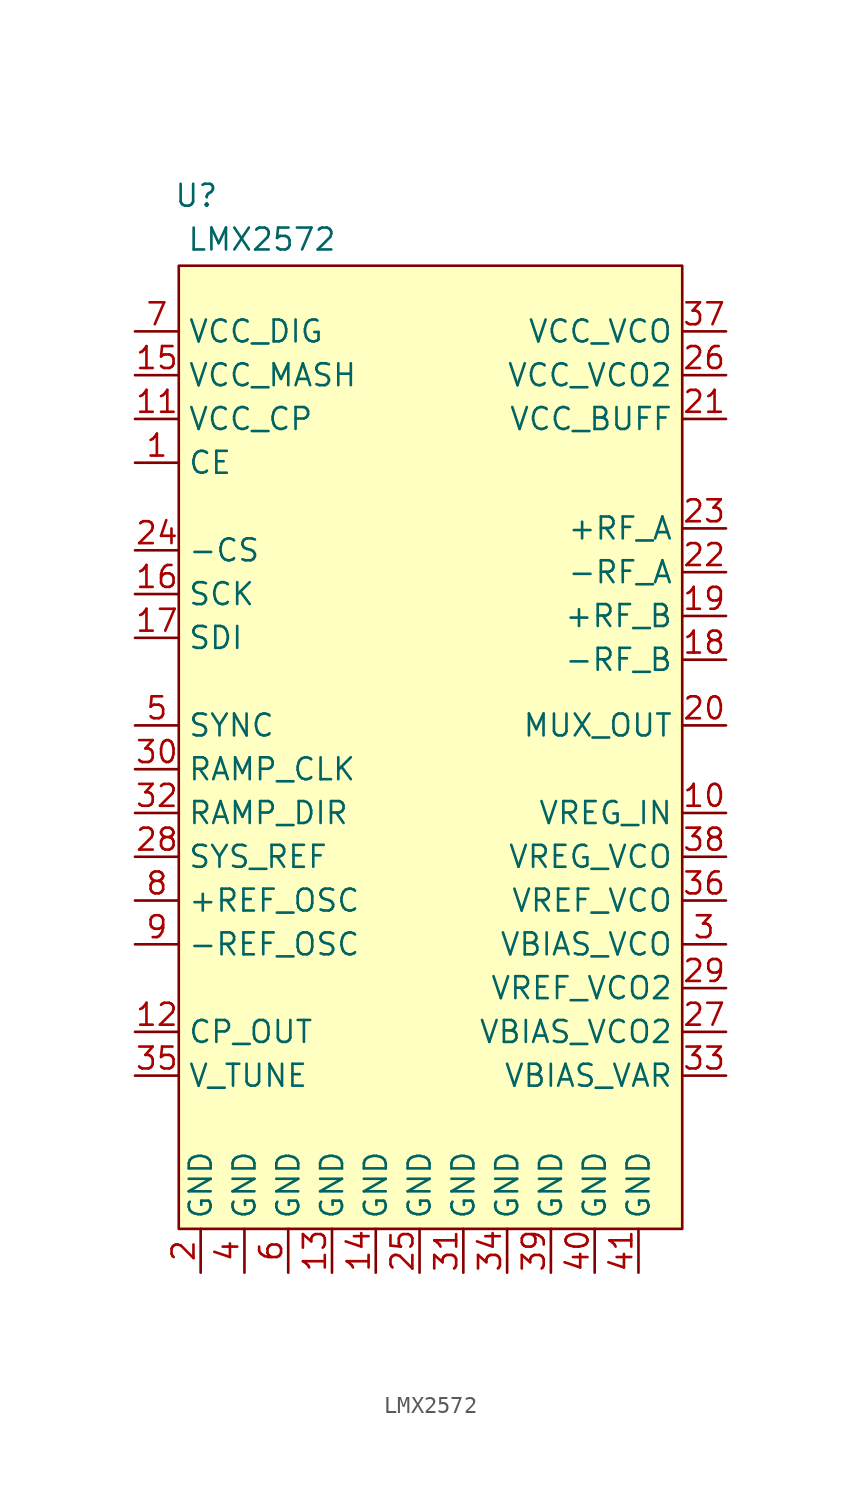
<source format=kicad_sym>
(kicad_symbol_lib
  (version 20231120)
  (generator "kicad_symbol_editor")
  (generator_version "8.0")
  (symbol "LMX2572"
    (property "Reference" "U"
      (at 1.016 4.064 0)
      (effects (font (size 1.27 1.27))))
    (property "Value" "LMX2572"
      (at 4.826 1.524 0)
      (effects (font (size 1.27 1.27))))
    (symbol "LMX2572_1_1"
      (rectangle (start 0 0) (end 29.21 -55.88) (stroke (width 0) (type default)) (fill (type background)))
      (pin passive line (at -2.54 -11.43 0) (length 2.54) (name "CE" (effects (font (size 1.27 1.27)))) (number "1" (effects (font (size 1.27 1.27)))))
      (pin passive line (at 31.75 -31.75 180) (length 2.54) (name "VREG_IN" (effects (font (size 1.27 1.27)))) (number "10" (effects (font (size 1.27 1.27)))))
      (pin passive line (at -2.54 -8.89 0) (length 2.54) (name "VCC_CP" (effects (font (size 1.27 1.27)))) (number "11" (effects (font (size 1.27 1.27)))))
      (pin passive line (at -2.54 -44.45 0) (length 2.54) (name "CP_OUT" (effects (font (size 1.27 1.27)))) (number "12" (effects (font (size 1.27 1.27)))))
      (pin passive line (at 8.89 -58.42 90) (length 2.54) (name "GND" (effects (font (size 1.27 1.27)))) (number "13" (effects (font (size 1.27 1.27)))))
      (pin passive line (at 11.43 -58.42 90) (length 2.54) (name "GND" (effects (font (size 1.27 1.27)))) (number "14" (effects (font (size 1.27 1.27)))))
      (pin passive line (at -2.54 -6.35 0) (length 2.54) (name "VCC_MASH" (effects (font (size 1.27 1.27)))) (number "15" (effects (font (size 1.27 1.27)))))
      (pin passive line (at -2.54 -19.05 0) (length 2.54) (name "SCK" (effects (font (size 1.27 1.27)))) (number "16" (effects (font (size 1.27 1.27)))))
      (pin passive line (at -2.54 -21.59 0) (length 2.54) (name "SDI" (effects (font (size 1.27 1.27)))) (number "17" (effects (font (size 1.27 1.27)))))
      (pin passive line (at 31.75 -22.86 180) (length 2.54) (name "-RF_B" (effects (font (size 1.27 1.27)))) (number "18" (effects (font (size 1.27 1.27)))))
      (pin passive line (at 31.75 -20.32 180) (length 2.54) (name "+RF_B" (effects (font (size 1.27 1.27)))) (number "19" (effects (font (size 1.27 1.27)))))
      (pin passive line (at 1.27 -58.42 90) (length 2.54) (name "GND" (effects (font (size 1.27 1.27)))) (number "2" (effects (font (size 1.27 1.27)))))
      (pin passive line (at 31.75 -26.67 180) (length 2.54) (name "MUX_OUT" (effects (font (size 1.27 1.27)))) (number "20" (effects (font (size 1.27 1.27)))))
      (pin passive line (at 31.75 -8.89 180) (length 2.54) (name "VCC_BUFF" (effects (font (size 1.27 1.27)))) (number "21" (effects (font (size 1.27 1.27)))))
      (pin passive line (at 31.75 -17.78 180) (length 2.54) (name "-RF_A" (effects (font (size 1.27 1.27)))) (number "22" (effects (font (size 1.27 1.27)))))
      (pin passive line (at 31.75 -15.24 180) (length 2.54) (name "+RF_A" (effects (font (size 1.27 1.27)))) (number "23" (effects (font (size 1.27 1.27)))))
      (pin passive line (at -2.54 -16.51 0) (length 2.54) (name "-CS" (effects (font (size 1.27 1.27)))) (number "24" (effects (font (size 1.27 1.27)))))
      (pin passive line (at 13.97 -58.42 90) (length 2.54) (name "GND" (effects (font (size 1.27 1.27)))) (number "25" (effects (font (size 1.27 1.27)))))
      (pin passive line (at 31.75 -6.35 180) (length 2.54) (name "VCC_VCO2" (effects (font (size 1.27 1.27)))) (number "26" (effects (font (size 1.27 1.27)))))
      (pin passive line (at 31.75 -44.45 180) (length 2.54) (name "VBIAS_VCO2" (effects (font (size 1.27 1.27)))) (number "27" (effects (font (size 1.27 1.27)))))
      (pin passive line (at -2.54 -34.29 0) (length 2.54) (name "SYS_REF" (effects (font (size 1.27 1.27)))) (number "28" (effects (font (size 1.27 1.27)))))
      (pin passive line (at 31.75 -41.91 180) (length 2.54) (name "VREF_VCO2" (effects (font (size 1.27 1.27)))) (number "29" (effects (font (size 1.27 1.27)))))
      (pin passive line (at 31.75 -39.37 180) (length 2.54) (name "VBIAS_VCO" (effects (font (size 1.27 1.27)))) (number "3" (effects (font (size 1.27 1.27)))))
      (pin passive line (at -2.54 -29.21 0) (length 2.54) (name "RAMP_CLK" (effects (font (size 1.27 1.27)))) (number "30" (effects (font (size 1.27 1.27)))))
      (pin passive line (at 16.51 -58.42 90) (length 2.54) (name "GND" (effects (font (size 1.27 1.27)))) (number "31" (effects (font (size 1.27 1.27)))))
      (pin passive line (at -2.54 -31.75 0) (length 2.54) (name "RAMP_DIR" (effects (font (size 1.27 1.27)))) (number "32" (effects (font (size 1.27 1.27)))))
      (pin passive line (at 31.75 -46.99 180) (length 2.54) (name "VBIAS_VAR" (effects (font (size 1.27 1.27)))) (number "33" (effects (font (size 1.27 1.27)))))
      (pin passive line (at 19.05 -58.42 90) (length 2.54) (name "GND" (effects (font (size 1.27 1.27)))) (number "34" (effects (font (size 1.27 1.27)))))
      (pin passive line (at -2.54 -46.99 0) (length 2.54) (name "V_TUNE" (effects (font (size 1.27 1.27)))) (number "35" (effects (font (size 1.27 1.27)))))
      (pin passive line (at 31.75 -36.83 180) (length 2.54) (name "VREF_VCO" (effects (font (size 1.27 1.27)))) (number "36" (effects (font (size 1.27 1.27)))))
      (pin passive line (at 31.75 -3.81 180) (length 2.54) (name "VCC_VCO" (effects (font (size 1.27 1.27)))) (number "37" (effects (font (size 1.27 1.27)))))
      (pin passive line (at 31.75 -34.29 180) (length 2.54) (name "VREG_VCO" (effects (font (size 1.27 1.27)))) (number "38" (effects (font (size 1.27 1.27)))))
      (pin passive line (at 21.59 -58.42 90) (length 2.54) (name "GND" (effects (font (size 1.27 1.27)))) (number "39" (effects (font (size 1.27 1.27)))))
      (pin passive line (at 3.81 -58.42 90) (length 2.54) (name "GND" (effects (font (size 1.27 1.27)))) (number "4" (effects (font (size 1.27 1.27)))))
      (pin passive line (at 24.13 -58.42 90) (length 2.54) (name "GND" (effects (font (size 1.27 1.27)))) (number "40" (effects (font (size 1.27 1.27)))))
      (pin passive line (at 26.67 -58.42 90) (length 2.54) (name "GND" (effects (font (size 1.27 1.27)))) (number "41" (effects (font (size 1.27 1.27)))))
      (pin passive line (at -2.54 -26.67 0) (length 2.54) (name "SYNC" (effects (font (size 1.27 1.27)))) (number "5" (effects (font (size 1.27 1.27)))))
      (pin passive line (at 6.35 -58.42 90) (length 2.54) (name "GND" (effects (font (size 1.27 1.27)))) (number "6" (effects (font (size 1.27 1.27)))))
      (pin passive line (at -2.54 -3.81 0) (length 2.54) (name "VCC_DIG" (effects (font (size 1.27 1.27)))) (number "7" (effects (font (size 1.27 1.27)))))
      (pin passive line (at -2.54 -36.83 0) (length 2.54) (name "+REF_OSC" (effects (font (size 1.27 1.27)))) (number "8" (effects (font (size 1.27 1.27)))))
      (pin passive line (at -2.54 -39.37 0) (length 2.54) (name "-REF_OSC" (effects (font (size 1.27 1.27)))) (number "9" (effects (font (size 1.27 1.27))))))))
</source>
